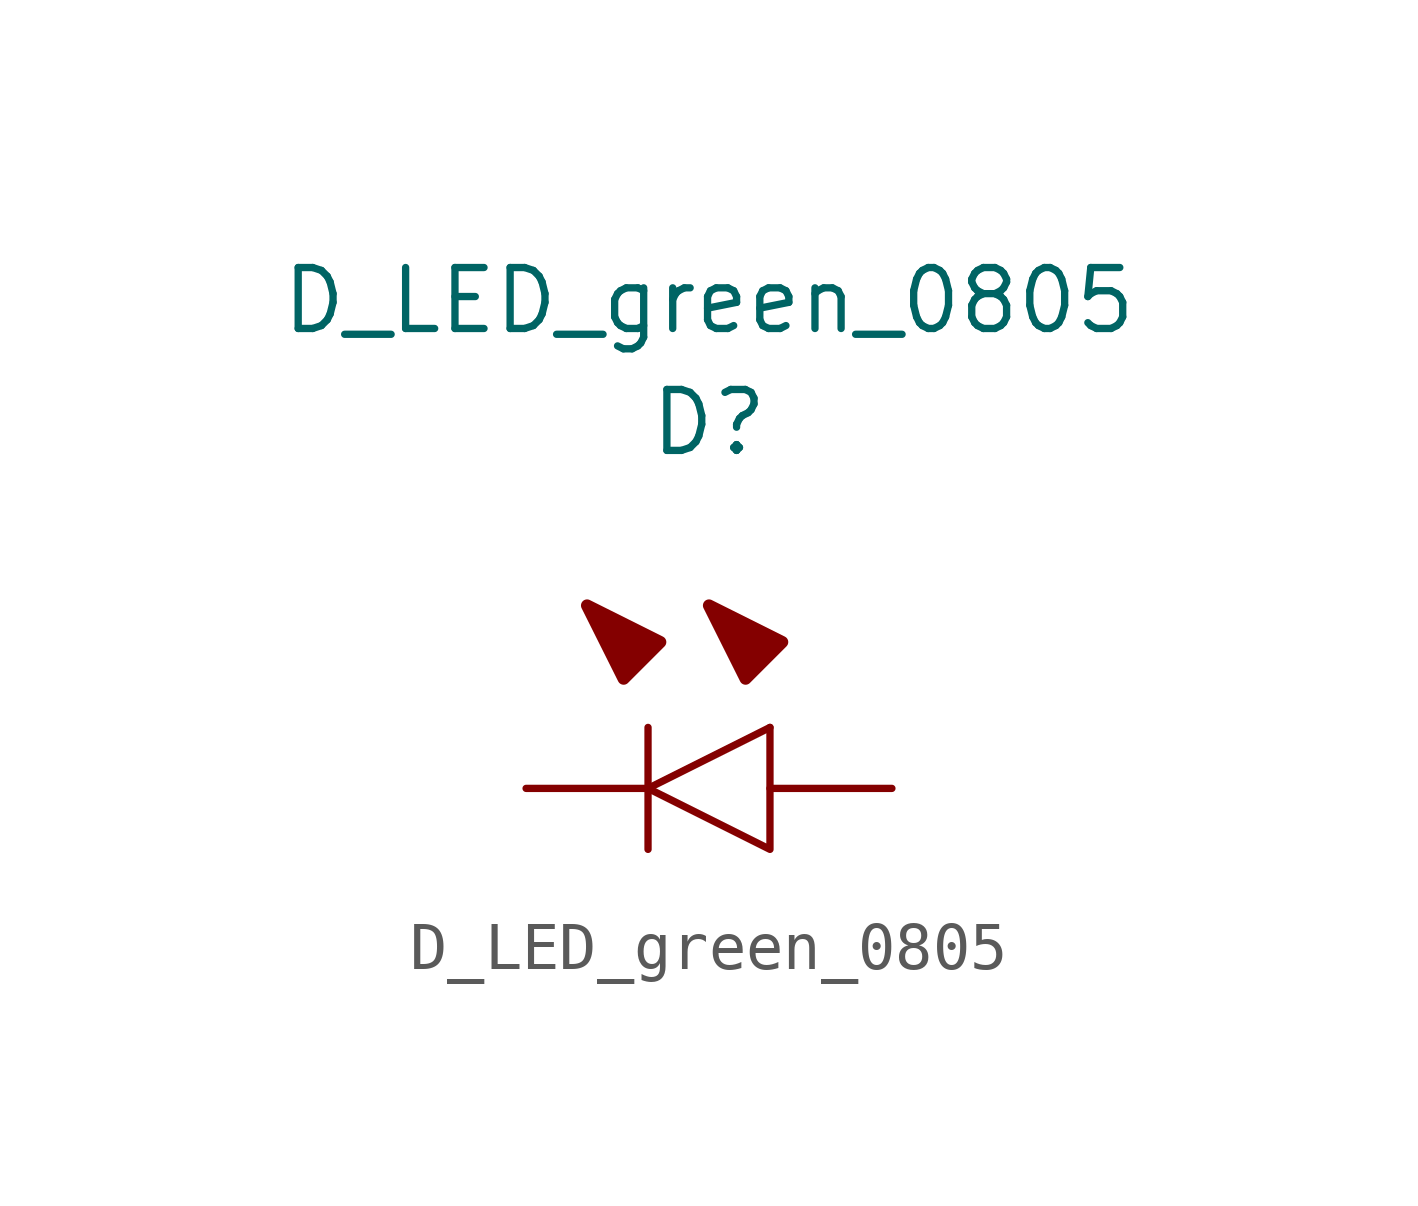
<source format=kicad_sym>
(kicad_symbol_lib
  (version 20220914)
  (generator kicad_symbol_editor)
  (symbol "D_LED_green_0805"
    (pin_numbers hide)
    (pin_names
      (offset 0) hide)
    (property "Reference" "D"
      (at 0 7.62 0)
      (effects (font (size 1.27 1.27))))
    (property "Value" "D_LED_green_0805"
      (at 0 10.16 0)
      (effects (font (size 1.27 1.27))))
    (symbol "D_LED_green_0805_0_1"
      (polyline (pts (xy -1.27 1.27) (xy -1.27 -1.27)) (stroke (width 0) (type solid)) (fill (type none)))
      (polyline (pts (xy 1.27 1.27) (xy -1.27 0)) (stroke (width 0) (type solid)) (fill (type none)))
      (polyline (pts (xy 1.27 1.27) (xy 1.27 -1.27) (xy -1.27 0)) (stroke (width 0) (type solid)) (fill (type none))))
    (symbol "D_LED_green_0805_1_1"
      (polyline (pts (xy -1.016 3.048) (xy -1.778 2.286) (xy -2.54 3.81) (xy -1.016 3.048)) (stroke (width 0.254) (type solid)) (fill (type outline)))
      (polyline (pts (xy 1.524 3.048) (xy 0.762 2.286) (xy 0 3.81) (xy 1.524 3.048)) (stroke (width 0.254) (type solid)) (fill (type outline)))
      (pin passive line (at -3.81 0 0) (length 2.54) (name "K" (effects (font (size 1.27 1.27)))) (number "1" (effects (font (size 1.27 1.27)))))
      (pin passive line (at 3.81 0 180) (length 2.54) (name "A" (effects (font (size 1.27 1.27)))) (number "2" (effects (font (size 1.27 1.27))))))))
</source>
